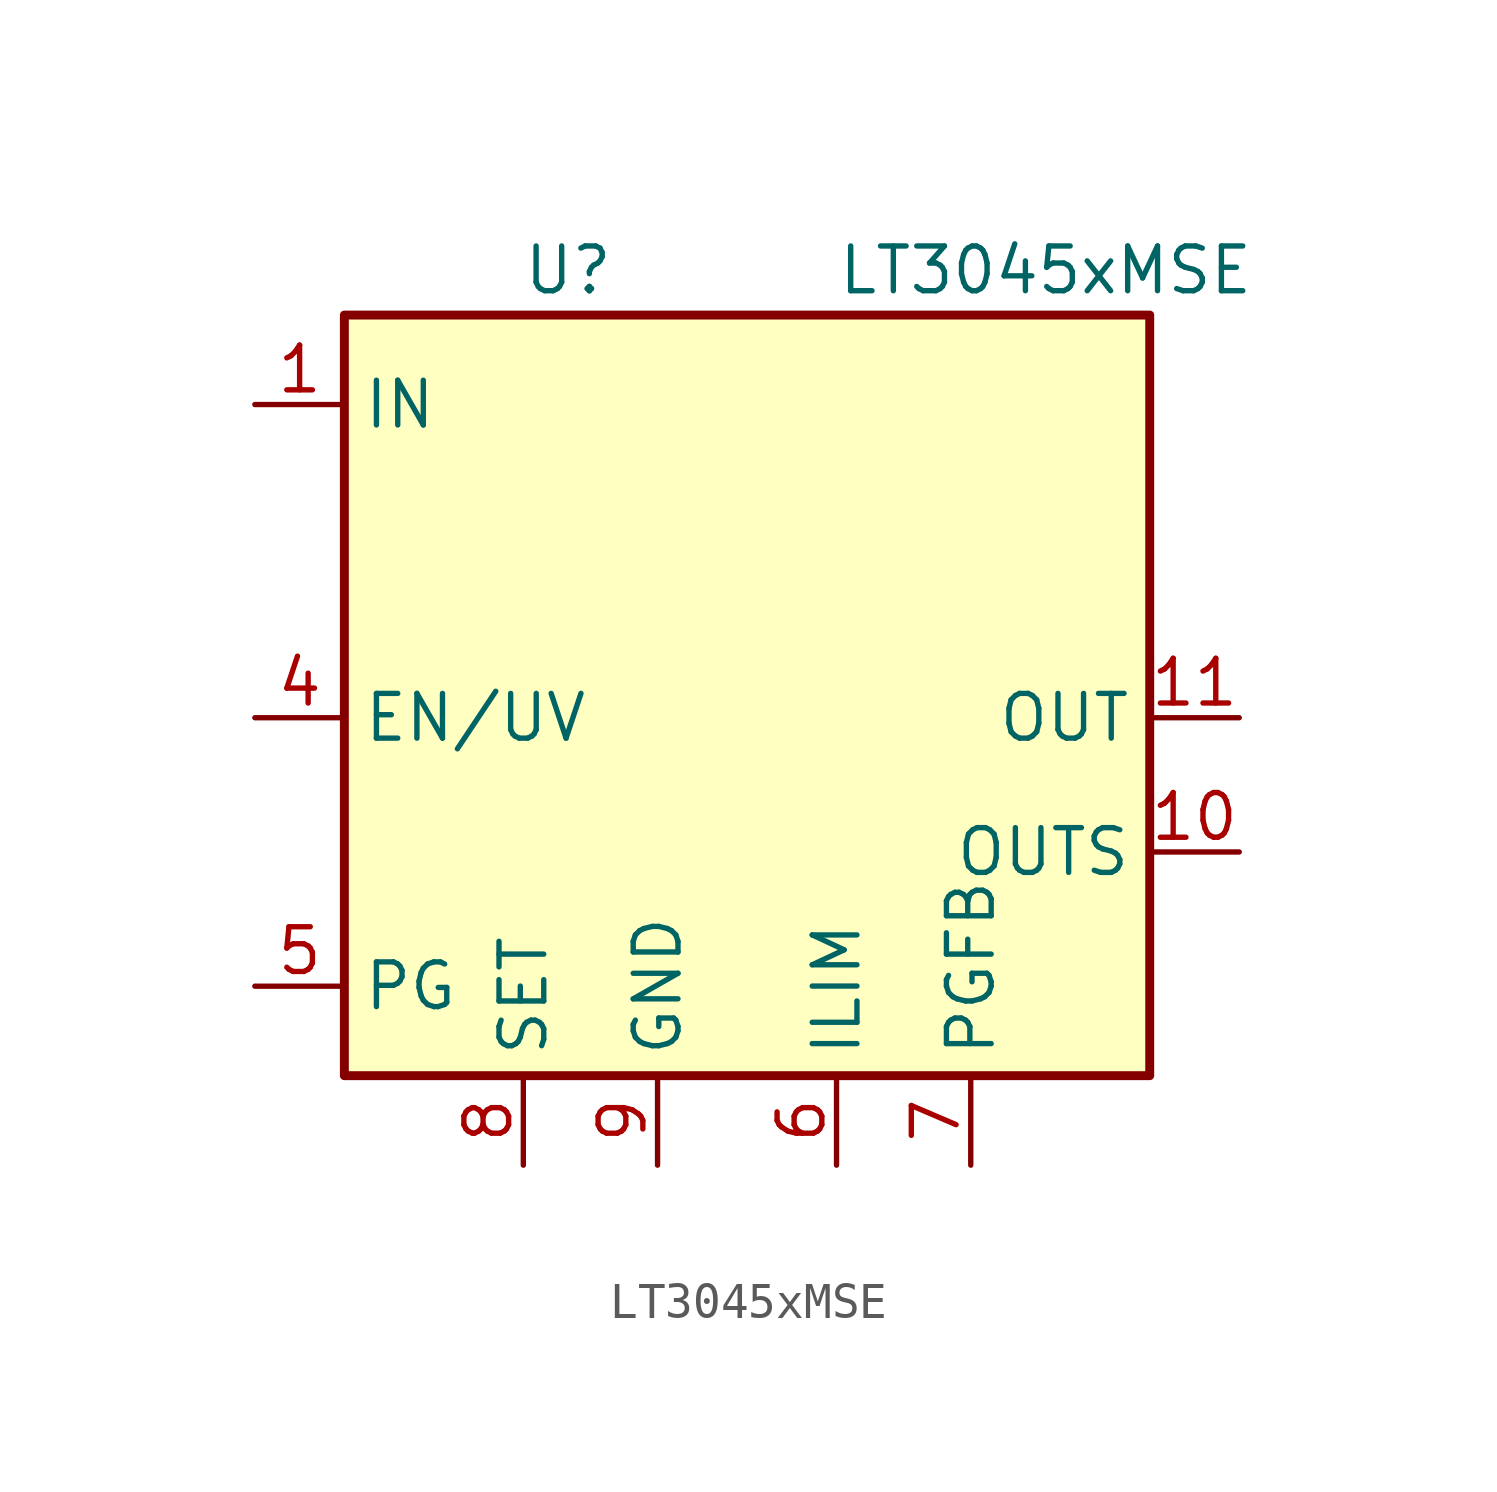
<source format=kicad_sym>
(kicad_symbol_lib
  (version 20220914)
  (generator kicad_symbol_editor)
  (symbol "LT3045xMSE"
    (property "Reference" "U"
      (at -6.35 6.35 0)
      (effects (font (size 1.27 1.27))))
    (property "Value" "LT3045xMSE"
      (at 1.27 6.35 0)
      (effects (font (size 1.27 1.27)) (justify left)))
    (symbol "LT3045xMSE_0_1"
      (rectangle (start -12.7 5.08) (end 10.16 -16.51) (stroke (width 0.254) (type default)) (fill (type background))))
    (symbol "LT3045xMSE_1_1"
      (pin power_in line (at -15.24 2.54 0) (length 2.54) (name "IN" (effects (font (size 1.27 1.27)))) (number "1" (effects (font (size 1.27 1.27)))))
      (pin input line (at 12.7 -10.16 180) (length 2.54) (name "OUTS" (effects (font (size 1.27 1.27)))) (number "10" (effects (font (size 1.27 1.27)))))
      (pin power_out line (at 12.7 -6.35 180) (length 2.54) (name "OUT" (effects (font (size 1.27 1.27)))) (number "11" (effects (font (size 1.27 1.27)))))
      (pin passive line (at 12.7 2.54 180) (length 2.54) hide (name "OUT" (effects (font (size 1.27 1.27)))) (number "12" (effects (font (size 1.27 1.27)))))
      (pin passive line (at 12.7 -1.27 180) (length 2.54) hide (name "GND" (effects (font (size 1.27 1.27)))) (number "13" (effects (font (size 1.27 1.27)))))
      (pin passive line (at -15.24 -1.27 0) (length 2.54) hide (name "IN" (effects (font (size 1.27 1.27)))) (number "2" (effects (font (size 1.27 1.27)))))
      (pin passive line (at -15.24 -3.81 0) (length 2.54) hide (name "IN" (effects (font (size 1.27 1.27)))) (number "3" (effects (font (size 1.27 1.27)))))
      (pin input line (at -15.24 -6.35 0) (length 2.54) (name "EN/UV" (effects (font (size 1.27 1.27)))) (number "4" (effects (font (size 1.27 1.27)))))
      (pin open_collector line (at -15.24 -13.97 0) (length 2.54) (name "PG" (effects (font (size 1.27 1.27)))) (number "5" (effects (font (size 1.27 1.27)))))
      (pin passive line (at 1.27 -19.05 90) (length 2.54) (name "ILIM" (effects (font (size 1.27 1.27)))) (number "6" (effects (font (size 1.27 1.27)))))
      (pin input line (at 5.08 -19.05 90) (length 2.54) (name "PGFB" (effects (font (size 1.27 1.27)))) (number "7" (effects (font (size 1.27 1.27)))))
      (pin passive line (at -7.62 -19.05 90) (length 2.54) (name "SET" (effects (font (size 1.27 1.27)))) (number "8" (effects (font (size 1.27 1.27)))))
      (pin power_in line (at -3.81 -19.05 90) (length 2.54) (name "GND" (effects (font (size 1.27 1.27)))) (number "9" (effects (font (size 1.27 1.27))))))))
</source>
